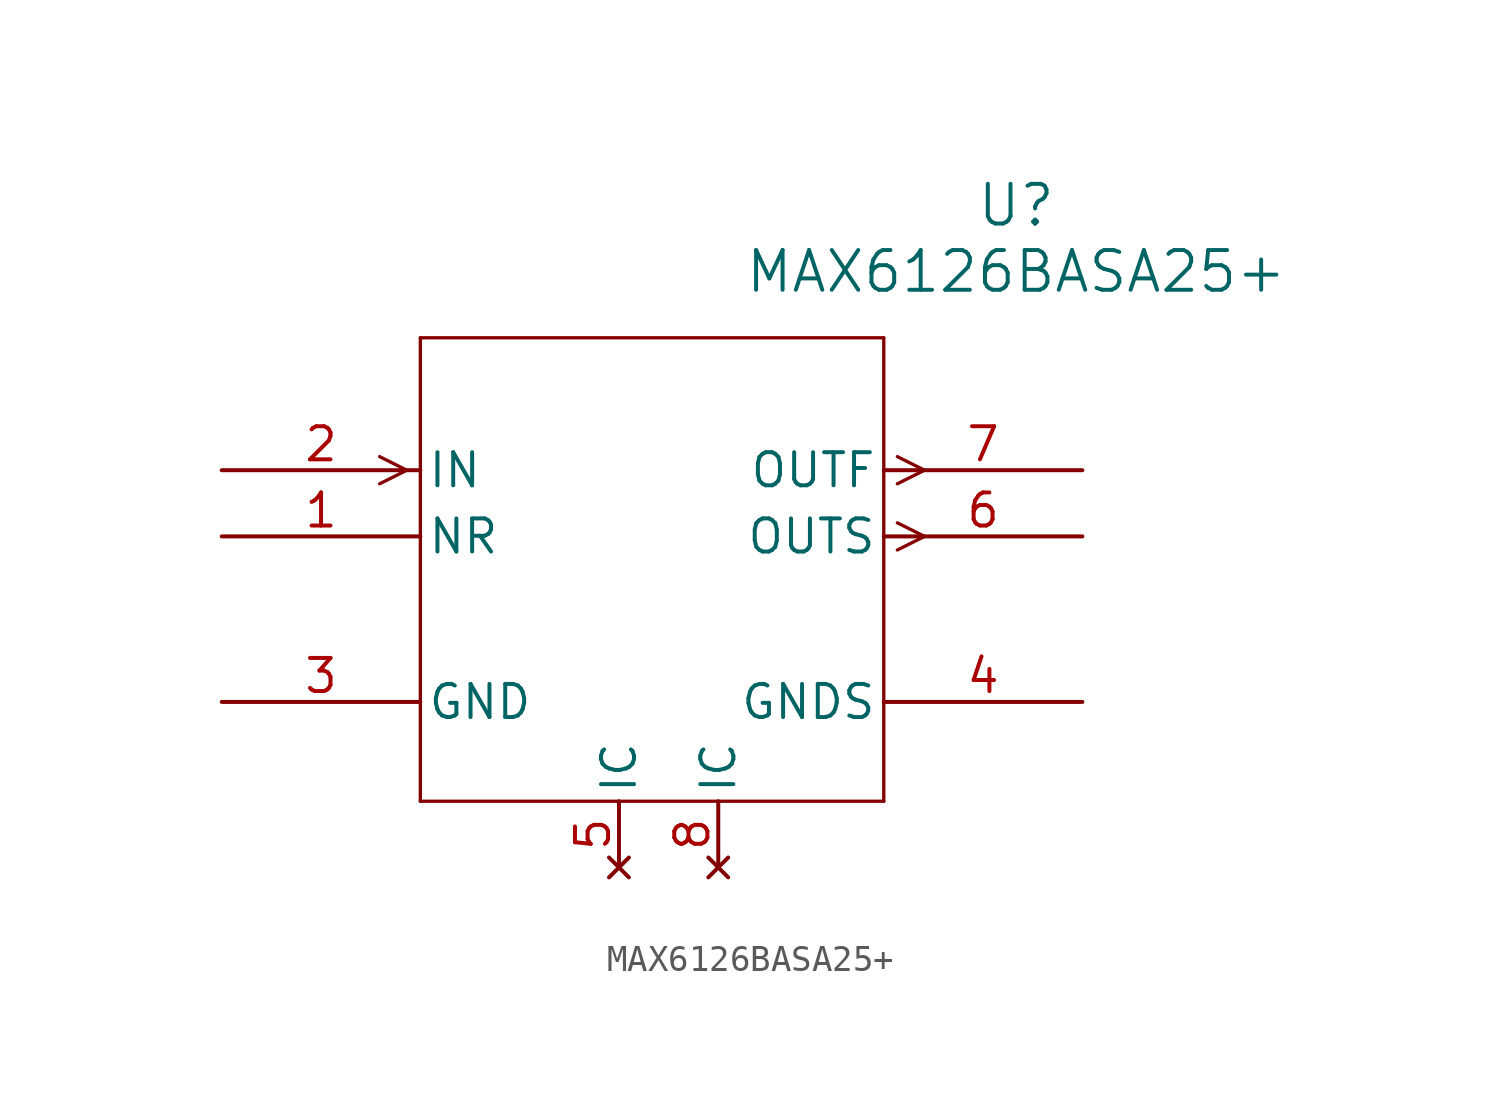
<source format=kicad_sym>
(kicad_symbol_lib
  (version 20241209)
  (generator "kicad_symbol_editor")
  (generator_version "9.0")
  (symbol "MAX6126BASA25+"
    (pin_names
      (offset 0.254))
    (property "Reference" "U"
      (at 30.48 10.16 0)
      (effects (font (size 1.524 1.524))))
    (property "Value" "MAX6126BASA25+"
      (at 30.48 7.62 0)
      (effects (font (size 1.524 1.524))))
    (property "ki_locked" ""
      (at 0 0 0)
      (effects (font (size 1.27 1.27))))
    (symbol "MAX6126BASA25+_0_1"
      (polyline (pts (xy 7.099 0) (xy 6.058 0.521)) (stroke (width 0.127) (type default)) (fill (type none)))
      (polyline (pts (xy 7.099 0) (xy 6.058 -0.521)) (stroke (width 0.127) (type default)) (fill (type none)))
      (polyline (pts (xy 7.62 5.08) (xy 7.62 -12.7)) (stroke (width 0.127) (type default)) (fill (type none)))
      (polyline (pts (xy 7.62 -12.7) (xy 25.4 -12.7)) (stroke (width 0.127) (type default)) (fill (type none)))
      (polyline (pts (xy 25.4 5.08) (xy 7.62 5.08)) (stroke (width 0.127) (type default)) (fill (type none)))
      (polyline (pts (xy 25.4 -12.7) (xy 25.4 5.08)) (stroke (width 0.127) (type default)) (fill (type none)))
      (polyline (pts (xy 25.921 0.521) (xy 26.962 0)) (stroke (width 0.127) (type default)) (fill (type none)))
      (polyline (pts (xy 25.921 -0.521) (xy 26.962 0)) (stroke (width 0.127) (type default)) (fill (type none)))
      (polyline (pts (xy 25.921 -2.019) (xy 26.962 -2.54)) (stroke (width 0.127) (type default)) (fill (type none)))
      (polyline (pts (xy 25.921 -3.061) (xy 26.962 -2.54)) (stroke (width 0.127) (type default)) (fill (type none)))
      (pin input line (at 0 0 0) (length 7.62) (name "IN" (effects (font (size 1.27 1.27)))) (number "2" (effects (font (size 1.27 1.27)))))
      (pin no_connect line (at 15.24 -15.24 90) (length 2.54) (name "IC" (effects (font (size 1.27 1.27)))) (number "5" (effects (font (size 1.27 1.27)))))
      (pin no_connect line (at 19.05 -15.24 90) (length 2.54) (name "IC" (effects (font (size 1.27 1.27)))) (number "8" (effects (font (size 1.27 1.27)))))
      (pin passive line (at 33.02 0 180) (length 7.62) (name "OUTF" (effects (font (size 1.27 1.27)))) (number "7" (effects (font (size 1.27 1.27)))))
      (pin passive line (at 33.02 -2.54 180) (length 7.62) (name "OUTS" (effects (font (size 1.27 1.27)))) (number "6" (effects (font (size 1.27 1.27)))))
      (pin passive line (at 33.02 -8.89 180) (length 7.62) (name "GNDS" (effects (font (size 1.27 1.27)))) (number "4" (effects (font (size 1.27 1.27))))))
    (symbol "MAX6126BASA25+_1_1"
      (pin passive line (at 0 -2.54 0) (length 7.62) (name "NR" (effects (font (size 1.27 1.27)))) (number "1" (effects (font (size 1.27 1.27)))))
      (pin passive line (at 0 -8.89 0) (length 7.62) (name "GND" (effects (font (size 1.27 1.27)))) (number "3" (effects (font (size 1.27 1.27))))))))
</source>
